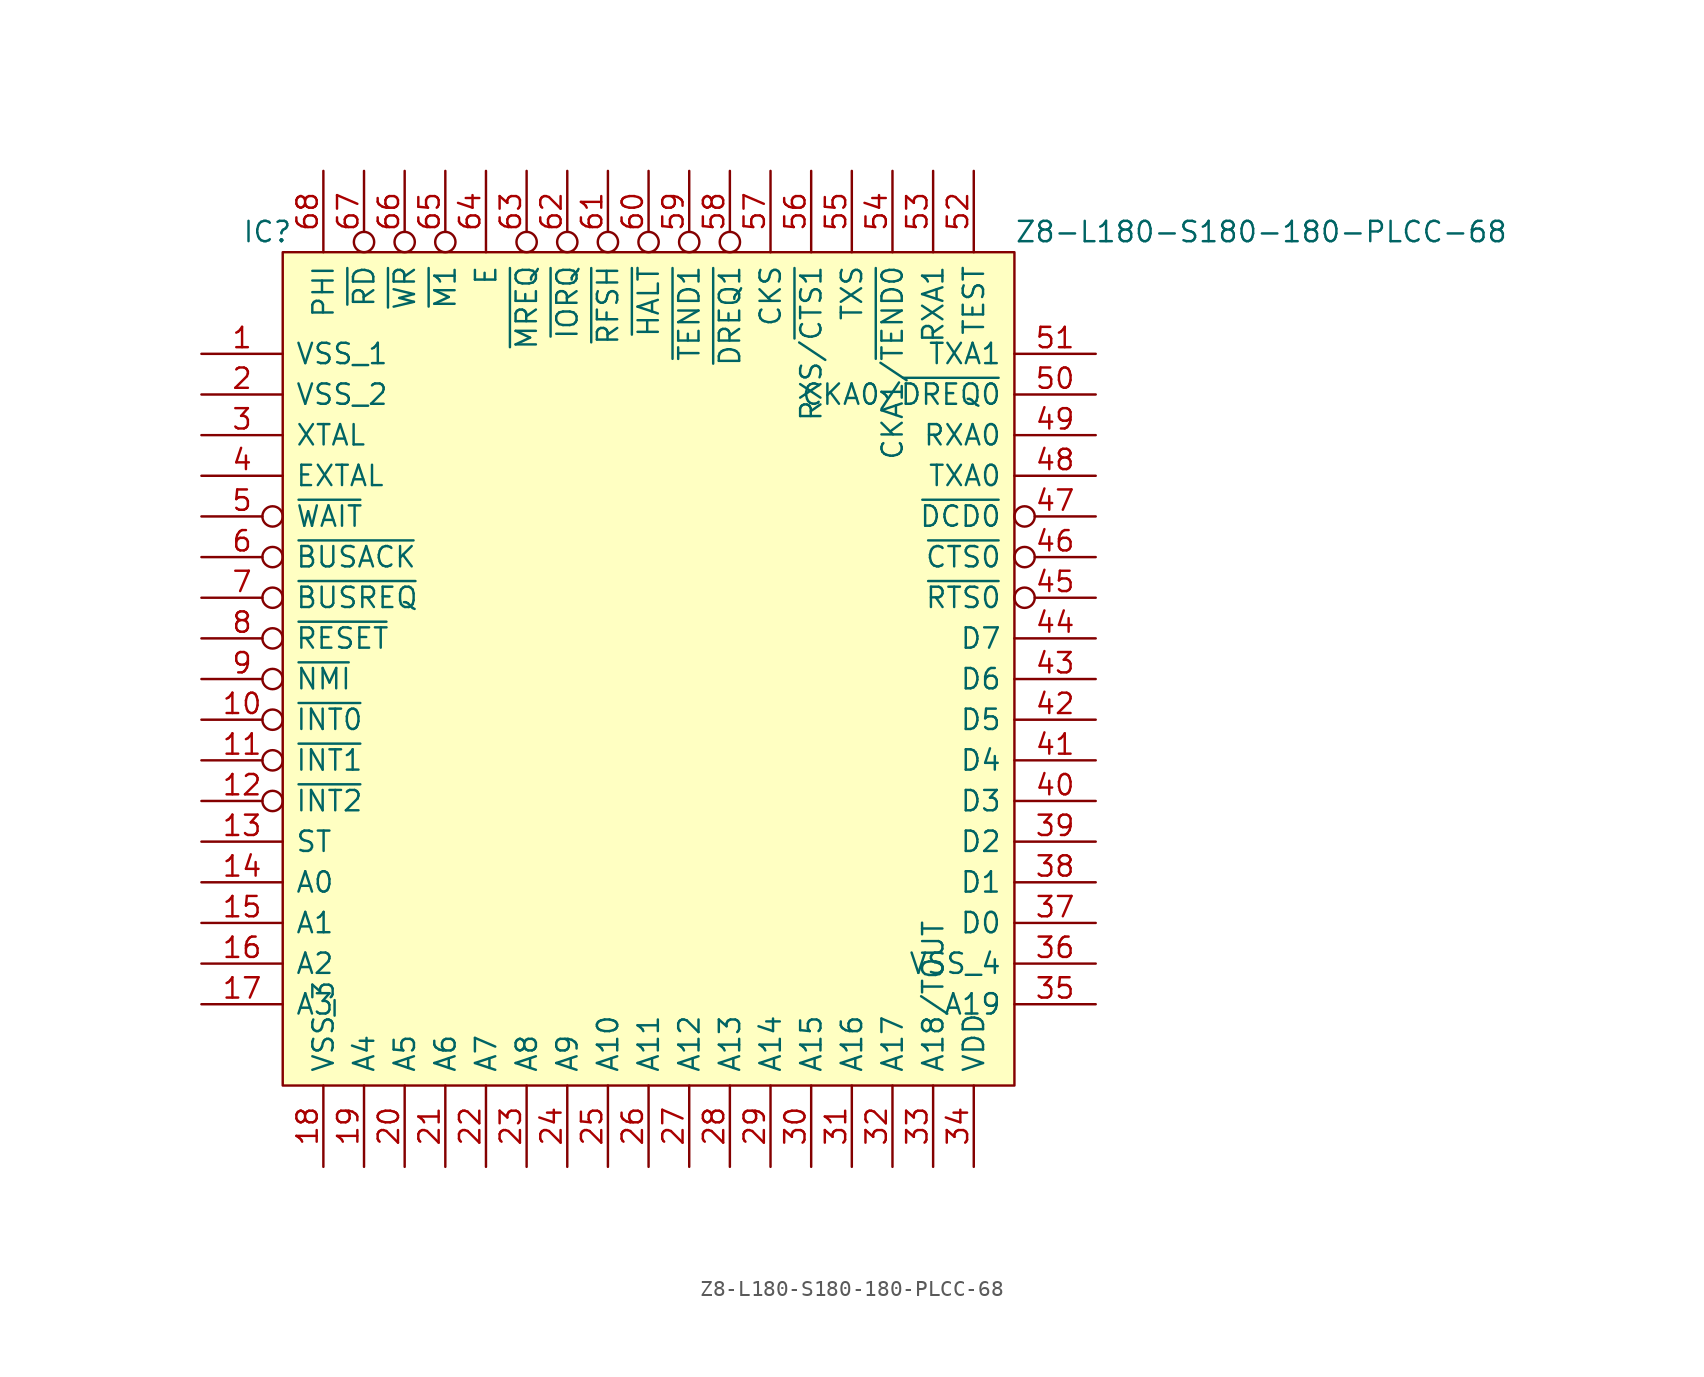
<source format=kicad_sym>
(kicad_symbol_lib
  (version 20231120)
  (generator "kicad_symbol_editor")
  (generator_version "8.0")
  (symbol "Z8-L180-S180-180-PLCC-68"
    (pin_names
      (offset 0.762))
    (property "Reference" "IC"
      (at -2.54 1.27 0)
      (effects (font (size 1.27 1.27)) (justify left)))
    (property "Value" "Z8-L180-S180-180-PLCC-68"
      (at 45.72 1.27 0)
      (effects (font (size 1.27 1.27)) (justify left)))
    (symbol "Z8-L180-S180-180-PLCC-68_0_0"
      (pin power_in line (at -5.08 -6.35 0) (length 5.08) (name "VSS_1" (effects (font (size 1.27 1.27)))) (number "1" (effects (font (size 1.27 1.27)))))
      (pin input inverted (at -5.08 -29.21 0) (length 5.08) (name "~{INT0}" (effects (font (size 1.27 1.27)))) (number "10" (effects (font (size 1.27 1.27)))))
      (pin input inverted (at -5.08 -31.75 0) (length 5.08) (name "~{INT1}" (effects (font (size 1.27 1.27)))) (number "11" (effects (font (size 1.27 1.27)))))
      (pin input inverted (at -5.08 -34.29 0) (length 5.08) (name "~{INT2}" (effects (font (size 1.27 1.27)))) (number "12" (effects (font (size 1.27 1.27)))))
      (pin output line (at -5.08 -36.83 0) (length 5.08) (name "ST" (effects (font (size 1.27 1.27)))) (number "13" (effects (font (size 1.27 1.27)))))
      (pin output line (at -5.08 -39.37 0) (length 5.08) (name "A0" (effects (font (size 1.27 1.27)))) (number "14" (effects (font (size 1.27 1.27)))))
      (pin output line (at -5.08 -41.91 0) (length 5.08) (name "A1" (effects (font (size 1.27 1.27)))) (number "15" (effects (font (size 1.27 1.27)))))
      (pin output line (at -5.08 -44.45 0) (length 5.08) (name "A2" (effects (font (size 1.27 1.27)))) (number "16" (effects (font (size 1.27 1.27)))))
      (pin output line (at -5.08 -46.99 0) (length 5.08) (name "A3" (effects (font (size 1.27 1.27)))) (number "17" (effects (font (size 1.27 1.27)))))
      (pin power_in line (at 2.54 -57.15 90) (length 5.08) (name "VSS_3" (effects (font (size 1.27 1.27)))) (number "18" (effects (font (size 1.27 1.27)))))
      (pin output line (at 5.08 -57.15 90) (length 5.08) (name "A4" (effects (font (size 1.27 1.27)))) (number "19" (effects (font (size 1.27 1.27)))))
      (pin power_in line (at -5.08 -8.89 0) (length 5.08) (name "VSS_2" (effects (font (size 1.27 1.27)))) (number "2" (effects (font (size 1.27 1.27)))))
      (pin output line (at 7.62 -57.15 90) (length 5.08) (name "A5" (effects (font (size 1.27 1.27)))) (number "20" (effects (font (size 1.27 1.27)))))
      (pin output line (at 10.16 -57.15 90) (length 5.08) (name "A6" (effects (font (size 1.27 1.27)))) (number "21" (effects (font (size 1.27 1.27)))))
      (pin output line (at 12.7 -57.15 90) (length 5.08) (name "A7" (effects (font (size 1.27 1.27)))) (number "22" (effects (font (size 1.27 1.27)))))
      (pin output line (at 15.24 -57.15 90) (length 5.08) (name "A8" (effects (font (size 1.27 1.27)))) (number "23" (effects (font (size 1.27 1.27)))))
      (pin output line (at 17.78 -57.15 90) (length 5.08) (name "A9" (effects (font (size 1.27 1.27)))) (number "24" (effects (font (size 1.27 1.27)))))
      (pin output line (at 20.32 -57.15 90) (length 5.08) (name "A10" (effects (font (size 1.27 1.27)))) (number "25" (effects (font (size 1.27 1.27)))))
      (pin output line (at 22.86 -57.15 90) (length 5.08) (name "A11" (effects (font (size 1.27 1.27)))) (number "26" (effects (font (size 1.27 1.27)))))
      (pin output line (at 25.4 -57.15 90) (length 5.08) (name "A12" (effects (font (size 1.27 1.27)))) (number "27" (effects (font (size 1.27 1.27)))))
      (pin output line (at 27.94 -57.15 90) (length 5.08) (name "A13" (effects (font (size 1.27 1.27)))) (number "28" (effects (font (size 1.27 1.27)))))
      (pin output line (at 30.48 -57.15 90) (length 5.08) (name "A14" (effects (font (size 1.27 1.27)))) (number "29" (effects (font (size 1.27 1.27)))))
      (pin input line (at -5.08 -11.43 0) (length 5.08) (name "XTAL" (effects (font (size 1.27 1.27)))) (number "3" (effects (font (size 1.27 1.27)))))
      (pin output line (at 33.02 -57.15 90) (length 5.08) (name "A15" (effects (font (size 1.27 1.27)))) (number "30" (effects (font (size 1.27 1.27)))))
      (pin output line (at 35.56 -57.15 90) (length 5.08) (name "A16" (effects (font (size 1.27 1.27)))) (number "31" (effects (font (size 1.27 1.27)))))
      (pin output line (at 38.1 -57.15 90) (length 5.08) (name "A17" (effects (font (size 1.27 1.27)))) (number "32" (effects (font (size 1.27 1.27)))))
      (pin output line (at 40.64 -57.15 90) (length 5.08) (name "A18/TOUT" (effects (font (size 1.27 1.27)))) (number "33" (effects (font (size 1.27 1.27)))))
      (pin power_in line (at 43.18 -57.15 90) (length 5.08) (name "VDD" (effects (font (size 1.27 1.27)))) (number "34" (effects (font (size 1.27 1.27)))))
      (pin output line (at 50.8 -46.99 180) (length 5.08) (name "A19" (effects (font (size 1.27 1.27)))) (number "35" (effects (font (size 1.27 1.27)))))
      (pin power_in line (at 50.8 -44.45 180) (length 5.08) (name "VSS_4" (effects (font (size 1.27 1.27)))) (number "36" (effects (font (size 1.27 1.27)))))
      (pin tri_state line (at 50.8 -41.91 180) (length 5.08) (name "D0" (effects (font (size 1.27 1.27)))) (number "37" (effects (font (size 1.27 1.27)))))
      (pin tri_state line (at 50.8 -39.37 180) (length 5.08) (name "D1" (effects (font (size 1.27 1.27)))) (number "38" (effects (font (size 1.27 1.27)))))
      (pin tri_state line (at 50.8 -36.83 180) (length 5.08) (name "D2" (effects (font (size 1.27 1.27)))) (number "39" (effects (font (size 1.27 1.27)))))
      (pin input line (at -5.08 -13.97 0) (length 5.08) (name "EXTAL" (effects (font (size 1.27 1.27)))) (number "4" (effects (font (size 1.27 1.27)))))
      (pin tri_state line (at 50.8 -34.29 180) (length 5.08) (name "D3" (effects (font (size 1.27 1.27)))) (number "40" (effects (font (size 1.27 1.27)))))
      (pin tri_state line (at 50.8 -31.75 180) (length 5.08) (name "D4" (effects (font (size 1.27 1.27)))) (number "41" (effects (font (size 1.27 1.27)))))
      (pin tri_state line (at 50.8 -29.21 180) (length 5.08) (name "D5" (effects (font (size 1.27 1.27)))) (number "42" (effects (font (size 1.27 1.27)))))
      (pin tri_state line (at 50.8 -26.67 180) (length 5.08) (name "D6" (effects (font (size 1.27 1.27)))) (number "43" (effects (font (size 1.27 1.27)))))
      (pin tri_state line (at 50.8 -24.13 180) (length 5.08) (name "D7" (effects (font (size 1.27 1.27)))) (number "44" (effects (font (size 1.27 1.27)))))
      (pin output inverted (at 50.8 -21.59 180) (length 5.08) (name "~{RTS0}" (effects (font (size 1.27 1.27)))) (number "45" (effects (font (size 1.27 1.27)))))
      (pin input inverted (at 50.8 -19.05 180) (length 5.08) (name "~{CTS0}" (effects (font (size 1.27 1.27)))) (number "46" (effects (font (size 1.27 1.27)))))
      (pin input inverted (at 50.8 -16.51 180) (length 5.08) (name "~{DCD0}" (effects (font (size 1.27 1.27)))) (number "47" (effects (font (size 1.27 1.27)))))
      (pin output line (at 50.8 -13.97 180) (length 5.08) (name "TXA0" (effects (font (size 1.27 1.27)))) (number "48" (effects (font (size 1.27 1.27)))))
      (pin input line (at 50.8 -11.43 180) (length 5.08) (name "RXA0" (effects (font (size 1.27 1.27)))) (number "49" (effects (font (size 1.27 1.27)))))
      (pin input inverted (at -5.08 -16.51 0) (length 5.08) (name "~{WAIT}" (effects (font (size 1.27 1.27)))) (number "5" (effects (font (size 1.27 1.27)))))
      (pin bidirectional line (at 50.8 -8.89 180) (length 5.08) (name "CKA0/~{DREQ0}" (effects (font (size 1.27 1.27)))) (number "50" (effects (font (size 1.27 1.27)))))
      (pin output line (at 50.8 -6.35 180) (length 5.08) (name "TXA1" (effects (font (size 1.27 1.27)))) (number "51" (effects (font (size 1.27 1.27)))))
      (pin output line (at 43.18 5.08 270) (length 5.08) (name "TEST" (effects (font (size 1.27 1.27)))) (number "52" (effects (font (size 1.27 1.27)))))
      (pin input line (at 40.64 5.08 270) (length 5.08) (name "RXA1" (effects (font (size 1.27 1.27)))) (number "53" (effects (font (size 1.27 1.27)))))
      (pin bidirectional line (at 38.1 5.08 270) (length 5.08) (name "CKA1/~{TEND0}" (effects (font (size 1.27 1.27)))) (number "54" (effects (font (size 1.27 1.27)))))
      (pin output line (at 35.56 5.08 270) (length 5.08) (name "TXS" (effects (font (size 1.27 1.27)))) (number "55" (effects (font (size 1.27 1.27)))))
      (pin input line (at 33.02 5.08 270) (length 5.08) (name "RXS/~{CTS1}" (effects (font (size 1.27 1.27)))) (number "56" (effects (font (size 1.27 1.27)))))
      (pin bidirectional line (at 30.48 5.08 270) (length 5.08) (name "CKS" (effects (font (size 1.27 1.27)))) (number "57" (effects (font (size 1.27 1.27)))))
      (pin input inverted (at 27.94 5.08 270) (length 5.08) (name "~{DREQ1}" (effects (font (size 1.27 1.27)))) (number "58" (effects (font (size 1.27 1.27)))))
      (pin output inverted (at 25.4 5.08 270) (length 5.08) (name "~{TEND1}" (effects (font (size 1.27 1.27)))) (number "59" (effects (font (size 1.27 1.27)))))
      (pin output inverted (at -5.08 -19.05 0) (length 5.08) (name "~{BUSACK}" (effects (font (size 1.27 1.27)))) (number "6" (effects (font (size 1.27 1.27)))))
      (pin output inverted (at 22.86 5.08 270) (length 5.08) (name "~{HALT}" (effects (font (size 1.27 1.27)))) (number "60" (effects (font (size 1.27 1.27)))))
      (pin output inverted (at 20.32 5.08 270) (length 5.08) (name "~{RFSH}" (effects (font (size 1.27 1.27)))) (number "61" (effects (font (size 1.27 1.27)))))
      (pin output inverted (at 17.78 5.08 270) (length 5.08) (name "~{IORQ}" (effects (font (size 1.27 1.27)))) (number "62" (effects (font (size 1.27 1.27)))))
      (pin output inverted (at 15.24 5.08 270) (length 5.08) (name "~{MREQ}" (effects (font (size 1.27 1.27)))) (number "63" (effects (font (size 1.27 1.27)))))
      (pin output line (at 12.7 5.08 270) (length 5.08) (name "E" (effects (font (size 1.27 1.27)))) (number "64" (effects (font (size 1.27 1.27)))))
      (pin output inverted (at 10.16 5.08 270) (length 5.08) (name "~{M1}" (effects (font (size 1.27 1.27)))) (number "65" (effects (font (size 1.27 1.27)))))
      (pin output inverted (at 7.62 5.08 270) (length 5.08) (name "~{WR}" (effects (font (size 1.27 1.27)))) (number "66" (effects (font (size 1.27 1.27)))))
      (pin output inverted (at 5.08 5.08 270) (length 5.08) (name "~{RD}" (effects (font (size 1.27 1.27)))) (number "67" (effects (font (size 1.27 1.27)))))
      (pin output line (at 2.54 5.08 270) (length 5.08) (name "PHI" (effects (font (size 1.27 1.27)))) (number "68" (effects (font (size 1.27 1.27)))))
      (pin input inverted (at -5.08 -21.59 0) (length 5.08) (name "~{BUSREQ}" (effects (font (size 1.27 1.27)))) (number "7" (effects (font (size 1.27 1.27)))))
      (pin input inverted (at -5.08 -24.13 0) (length 5.08) (name "~{RESET}" (effects (font (size 1.27 1.27)))) (number "8" (effects (font (size 1.27 1.27)))))
      (pin input inverted (at -5.08 -26.67 0) (length 5.08) (name "~{NMI}" (effects (font (size 1.27 1.27)))) (number "9" (effects (font (size 1.27 1.27))))))
    (symbol "Z8-L180-S180-180-PLCC-68_0_1"
      (rectangle (start 0 0) (end 45.72 -52.07) (stroke (width 0.152) (type solid)) (fill (type background))))))
</source>
